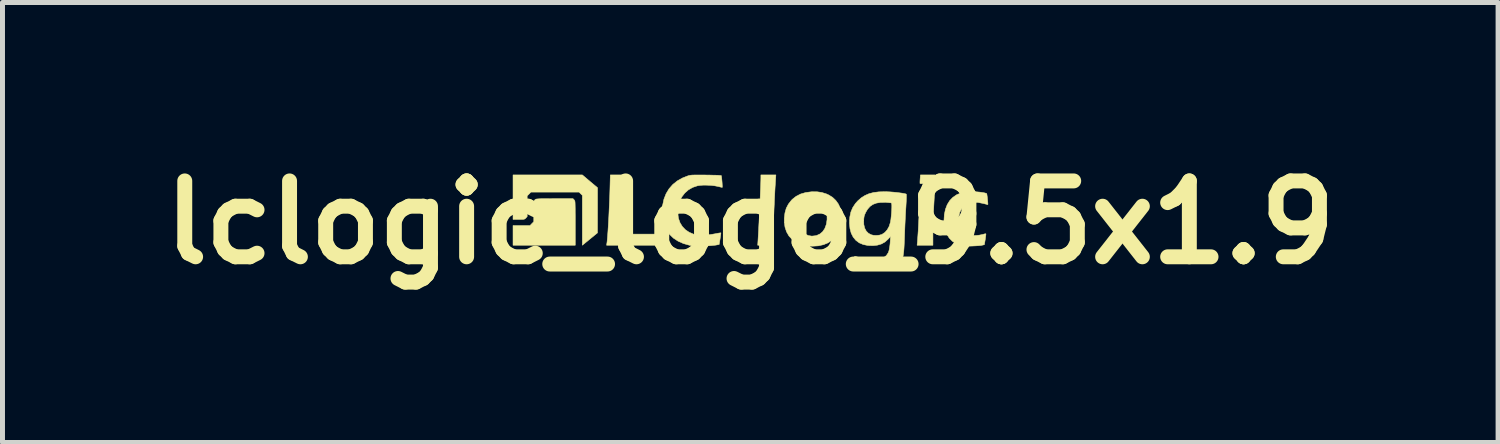
<source format=kicad_pcb>
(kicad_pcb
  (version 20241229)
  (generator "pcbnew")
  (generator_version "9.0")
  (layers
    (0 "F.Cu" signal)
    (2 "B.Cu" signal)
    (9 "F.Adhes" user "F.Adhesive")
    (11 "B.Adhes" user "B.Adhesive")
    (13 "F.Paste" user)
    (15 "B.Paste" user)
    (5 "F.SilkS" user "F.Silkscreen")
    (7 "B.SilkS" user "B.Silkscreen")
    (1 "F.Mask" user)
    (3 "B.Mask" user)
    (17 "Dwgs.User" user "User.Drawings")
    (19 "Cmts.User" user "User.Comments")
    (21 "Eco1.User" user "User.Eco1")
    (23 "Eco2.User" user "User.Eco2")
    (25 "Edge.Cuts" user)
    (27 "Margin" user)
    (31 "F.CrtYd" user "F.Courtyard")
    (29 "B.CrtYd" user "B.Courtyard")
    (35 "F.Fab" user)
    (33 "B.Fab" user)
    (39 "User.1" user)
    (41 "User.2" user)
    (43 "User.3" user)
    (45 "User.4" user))
  (footprint "lclogic_logo_9.5x1.9"
    (layer "F.Cu")
    (at 12.018 1.418)
    (property "Reference" "lclogic_logo_9.5x1.9" (at 0 0 0) (layer "F.SilkS") (effects (font (size 1.524 1.524) (thickness 0.3))))
    (attr through_hole)
    (fp_poly (pts (xy 3.706 -0.868) (xy 3.703 -0.781) (xy 3.558 -0.779) (xy 3.505 -0.779) (xy 3.461 -0.779) (xy 3.428 -0.78) (xy 3.411 -0.782) (xy 3.409 -0.783) (xy 3.408 -0.795) (xy 3.408 -0.822) (xy 3.41 -0.859) (xy 3.411 -0.871) (xy 3.417 -0.955) (xy 3.709 -0.955) (xy 3.706 -0.868)) (stroke (width 0.01) (type solid)) (fill yes) (layer "F.SilkS"))
    (fp_poly (pts (xy -3.221 -0.826) (xy -3.068 -0.698) (xy -3.068 -0.245) (xy -3.069 0.208) (xy -3.221 0.333) (xy -3.373 0.457) (xy -3.373 -0.545) (xy -3.44 -0.61) (xy -4.405 -0.61) (xy -4.443 -0.571) (xy -4.481 -0.533) (xy -4.481 -0.118) (xy -4.508 -0.089) (xy -4.52 -0.077) (xy -4.533 -0.069) (xy -4.55 -0.064) (xy -4.575 -0.062) (xy -4.613 -0.061) (xy -4.65 -0.061) (xy -4.765 -0.061) (xy -4.765 -0.955) (xy -3.373 -0.955) (xy -3.221 -0.826)) (stroke (width 0.01) (type solid)) (fill yes) (layer "F.SilkS"))
    (fp_poly (pts (xy 3.694 -0.49) (xy 3.684 -0.305) (xy 3.676 -0.136) (xy 3.671 0.021) (xy 3.668 0.169) (xy 3.668 0.226) (xy 3.668 0.457) (xy 3.35 0.457) (xy 3.357 0.389) (xy 3.361 0.333) (xy 3.366 0.261) (xy 3.372 0.176) (xy 3.377 0.081) (xy 3.382 -0.021) (xy 3.388 -0.125) (xy 3.392 -0.227) (xy 3.396 -0.326) (xy 3.4 -0.416) (xy 3.402 -0.495) (xy 3.403 -0.559) (xy 3.404 -0.582) (xy 3.405 -0.589) (xy 3.412 -0.593) (xy 3.428 -0.597) (xy 3.454 -0.598) (xy 3.495 -0.599) (xy 3.552 -0.599) (xy 3.701 -0.599) (xy 3.694 -0.49)) (stroke (width 0.01) (type solid)) (fill yes) (layer "F.SilkS"))
    (fp_poly (pts (xy 0.502 -0.765) (xy 0.498 -0.709) (xy 0.494 -0.636) (xy 0.49 -0.551) (xy 0.485 -0.458) (xy 0.481 -0.36) (xy 0.476 -0.261) (xy 0.473 -0.188) (xy 0.469 -0.095) (xy 0.466 -0.003) (xy 0.462 0.086) (xy 0.458 0.166) (xy 0.455 0.236) (xy 0.453 0.292) (xy 0.451 0.328) (xy 0.445 0.457) (xy 0.149 0.457) (xy 0.156 0.348) (xy 0.161 0.259) (xy 0.167 0.161) (xy 0.172 0.055) (xy 0.178 -0.057) (xy 0.183 -0.171) (xy 0.189 -0.285) (xy 0.194 -0.398) (xy 0.199 -0.506) (xy 0.203 -0.608) (xy 0.207 -0.701) (xy 0.21 -0.782) (xy 0.212 -0.849) (xy 0.213 -0.9) (xy 0.213 -0.926) (xy 0.213 -0.955) (xy 0.514 -0.955) (xy 0.502 -0.765)) (stroke (width 0.01) (type solid)) (fill yes) (layer "F.SilkS"))
    (fp_poly (pts (xy -2.493 -0.841) (xy -2.498 -0.756) (xy -2.503 -0.663) (xy -2.508 -0.565) (xy -2.513 -0.464) (xy -2.518 -0.363) (xy -2.523 -0.264) (xy -2.528 -0.17) (xy -2.532 -0.084) (xy -2.535 -0.007) (xy -2.537 0.058) (xy -2.539 0.108) (xy -2.54 0.141) (xy -2.54 0.145) (xy -2.54 0.234) (xy -1.881 0.234) (xy -1.886 0.292) (xy -1.89 0.337) (xy -1.894 0.384) (xy -1.896 0.404) (xy -1.901 0.457) (xy -2.886 0.457) (xy -2.881 0.424) (xy -2.876 0.389) (xy -2.871 0.335) (xy -2.865 0.266) (xy -2.859 0.184) (xy -2.853 0.091) (xy -2.847 -0.009) (xy -2.841 -0.116) (xy -2.836 -0.226) (xy -2.831 -0.337) (xy -2.826 -0.446) (xy -2.822 -0.551) (xy -2.819 -0.65) (xy -2.818 -0.683) (xy -2.811 -0.955) (xy -2.486 -0.955) (xy -2.493 -0.841)) (stroke (width 0.01) (type solid)) (fill yes) (layer "F.SilkS"))
    (fp_poly (pts (xy -3.537 -0.454) (xy -3.532 -0.448) (xy -3.528 -0.441) (xy -3.524 -0.432) (xy -3.521 -0.417) (xy -3.519 -0.396) (xy -3.518 -0.367) (xy -3.517 -0.328) (xy -3.516 -0.276) (xy -3.516 -0.211) (xy -3.515 -0.13) (xy -3.515 -0.031) (xy -3.515 0.013) (xy -3.515 0.457) (xy -4.765 0.457) (xy -4.765 0.061) (xy -4.424 0.061) (xy -4.386 0.022) (xy -4.348 -0.016) (xy -4.348 -0.225) (xy -4.348 -0.295) (xy -4.348 -0.348) (xy -4.347 -0.386) (xy -4.345 -0.412) (xy -4.342 -0.43) (xy -4.337 -0.441) (xy -4.331 -0.45) (xy -4.325 -0.455) (xy -4.318 -0.461) (xy -4.311 -0.466) (xy -4.3 -0.47) (xy -4.284 -0.472) (xy -4.261 -0.474) (xy -4.229 -0.476) (xy -4.186 -0.477) (xy -4.129 -0.477) (xy -4.056 -0.477) (xy -3.966 -0.478) (xy -3.93 -0.478) (xy -3.56 -0.478) (xy -3.537 -0.454)) (stroke (width 0.01) (type solid)) (fill yes) (layer "F.SilkS"))
    (fp_poly (pts (xy 4.507 -0.618) (xy 4.56 -0.614) (xy 4.613 -0.609) (xy 4.663 -0.602) (xy 4.706 -0.594) (xy 4.735 -0.586) (xy 4.748 -0.58) (xy 4.751 -0.568) (xy 4.755 -0.542) (xy 4.76 -0.506) (xy 4.764 -0.465) (xy 4.768 -0.425) (xy 4.771 -0.39) (xy 4.772 -0.367) (xy 4.771 -0.359) (xy 4.762 -0.361) (xy 4.737 -0.367) (xy 4.701 -0.376) (xy 4.679 -0.382) (xy 4.576 -0.402) (xy 4.485 -0.406) (xy 4.406 -0.393) (xy 4.337 -0.365) (xy 4.29 -0.33) (xy 4.242 -0.274) (xy 4.207 -0.204) (xy 4.187 -0.124) (xy 4.182 -0.037) (xy 4.187 0.018) (xy 4.204 0.093) (xy 4.233 0.153) (xy 4.274 0.199) (xy 4.331 0.234) (xy 4.371 0.25) (xy 4.416 0.259) (xy 4.473 0.262) (xy 4.537 0.261) (xy 4.601 0.254) (xy 4.659 0.242) (xy 4.672 0.239) (xy 4.703 0.23) (xy 4.724 0.227) (xy 4.731 0.227) (xy 4.732 0.239) (xy 4.729 0.266) (xy 4.724 0.304) (xy 4.719 0.339) (xy 4.701 0.446) (xy 4.654 0.457) (xy 4.628 0.462) (xy 4.585 0.466) (xy 4.533 0.469) (xy 4.475 0.472) (xy 4.45 0.473) (xy 4.384 0.475) (xy 4.333 0.474) (xy 4.294 0.472) (xy 4.261 0.468) (xy 4.23 0.461) (xy 4.227 0.46) (xy 4.136 0.426) (xy 4.058 0.377) (xy 3.996 0.314) (xy 3.947 0.237) (xy 3.913 0.146) (xy 3.894 0.043) (xy 3.89 -0.041) (xy 3.897 -0.158) (xy 3.919 -0.264) (xy 3.955 -0.358) (xy 4.005 -0.439) (xy 4.069 -0.505) (xy 4.145 -0.557) (xy 4.233 -0.593) (xy 4.283 -0.605) (xy 4.33 -0.612) (xy 4.387 -0.617) (xy 4.444 -0.62) (xy 4.46 -0.62) (xy 4.507 -0.618)) (stroke (width 0.01) (type solid)) (fill yes) (layer "F.SilkS"))
    (fp_poly (pts (xy 1.344 -0.616) (xy 1.438 -0.602) (xy 1.528 -0.574) (xy 1.572 -0.554) (xy 1.651 -0.506) (xy 1.717 -0.443) (xy 1.77 -0.369) (xy 1.808 -0.284) (xy 1.831 -0.191) (xy 1.838 -0.092) (xy 1.828 0.012) (xy 1.808 0.097) (xy 1.768 0.196) (xy 1.714 0.281) (xy 1.647 0.351) (xy 1.566 0.406) (xy 1.473 0.445) (xy 1.367 0.469) (xy 1.25 0.476) (xy 1.246 0.476) (xy 1.2 0.475) (xy 1.16 0.474) (xy 1.132 0.472) (xy 1.123 0.471) (xy 1.012 0.44) (xy 0.917 0.395) (xy 0.838 0.338) (xy 0.775 0.269) (xy 0.728 0.187) (xy 0.697 0.094) (xy 0.683 -0.011) (xy 0.683 -0.051) (xy 0.981 -0.051) (xy 0.981 0.001) (xy 0.983 0.038) (xy 0.986 0.065) (xy 0.993 0.089) (xy 1.005 0.114) (xy 1.011 0.127) (xy 1.052 0.189) (xy 1.105 0.234) (xy 1.167 0.263) (xy 1.236 0.274) (xy 1.311 0.266) (xy 1.335 0.26) (xy 1.4 0.23) (xy 1.454 0.184) (xy 1.496 0.122) (xy 1.525 0.044) (xy 1.53 0.023) (xy 1.542 -0.06) (xy 1.541 -0.14) (xy 1.528 -0.214) (xy 1.503 -0.278) (xy 1.468 -0.328) (xy 1.467 -0.329) (xy 1.432 -0.362) (xy 1.399 -0.383) (xy 1.362 -0.395) (xy 1.315 -0.4) (xy 1.275 -0.401) (xy 1.229 -0.401) (xy 1.196 -0.398) (xy 1.17 -0.391) (xy 1.144 -0.379) (xy 1.13 -0.372) (xy 1.077 -0.334) (xy 1.036 -0.286) (xy 1.004 -0.223) (xy 1.002 -0.22) (xy 0.992 -0.19) (xy 0.986 -0.158) (xy 0.982 -0.118) (xy 0.981 -0.064) (xy 0.981 -0.051) (xy 0.683 -0.051) (xy 0.683 -0.086) (xy 0.696 -0.192) (xy 0.722 -0.285) (xy 0.765 -0.368) (xy 0.824 -0.444) (xy 0.844 -0.465) (xy 0.92 -0.525) (xy 1.009 -0.571) (xy 1.111 -0.601) (xy 1.225 -0.616) (xy 1.24 -0.617) (xy 1.344 -0.616)) (stroke (width 0.01) (type solid)) (fill yes) (layer "F.SilkS"))
    (fp_poly (pts (xy -0.962 -0.954) (xy -0.891 -0.953) (xy -0.815 -0.952) (xy -0.745 -0.95) (xy -0.685 -0.949) (xy -0.636 -0.947) (xy -0.602 -0.944) (xy -0.584 -0.942) (xy -0.582 -0.942) (xy -0.58 -0.93) (xy -0.576 -0.903) (xy -0.572 -0.866) (xy -0.568 -0.823) (xy -0.565 -0.781) (xy -0.563 -0.744) (xy -0.562 -0.717) (xy -0.563 -0.704) (xy -0.572 -0.706) (xy -0.597 -0.711) (xy -0.632 -0.72) (xy -0.645 -0.723) (xy -0.711 -0.736) (xy -0.786 -0.745) (xy -0.865 -0.749) (xy -0.942 -0.75) (xy -1.01 -0.745) (xy -1.061 -0.737) (xy -1.156 -0.705) (xy -1.242 -0.656) (xy -1.315 -0.592) (xy -1.375 -0.514) (xy -1.42 -0.425) (xy -1.437 -0.37) (xy -1.446 -0.322) (xy -1.451 -0.262) (xy -1.452 -0.198) (xy -1.45 -0.137) (xy -1.443 -0.087) (xy -1.442 -0.082) (xy -1.412 0.004) (xy -1.365 0.081) (xy -1.303 0.146) (xy -1.228 0.197) (xy -1.14 0.234) (xy -1.122 0.239) (xy -1.056 0.25) (xy -0.976 0.255) (xy -0.887 0.252) (xy -0.794 0.242) (xy -0.717 0.229) (xy -0.67 0.22) (xy -0.631 0.213) (xy -0.603 0.209) (xy -0.591 0.208) (xy -0.591 0.208) (xy -0.591 0.219) (xy -0.594 0.246) (xy -0.6 0.284) (xy -0.606 0.327) (xy -0.625 0.442) (xy -0.696 0.455) (xy -0.73 0.459) (xy -0.78 0.464) (xy -0.839 0.468) (xy -0.904 0.471) (xy -0.95 0.473) (xy -1.021 0.474) (xy -1.076 0.474) (xy -1.12 0.473) (xy -1.157 0.469) (xy -1.191 0.464) (xy -1.219 0.458) (xy -1.343 0.423) (xy -1.452 0.374) (xy -1.545 0.313) (xy -1.621 0.239) (xy -1.682 0.152) (xy -1.727 0.053) (xy -1.756 -0.058) (xy -1.768 -0.182) (xy -1.769 -0.218) (xy -1.76 -0.349) (xy -1.734 -0.469) (xy -1.691 -0.578) (xy -1.632 -0.676) (xy -1.557 -0.762) (xy -1.466 -0.835) (xy -1.361 -0.894) (xy -1.259 -0.934) (xy -1.238 -0.941) (xy -1.218 -0.945) (xy -1.197 -0.949) (xy -1.17 -0.952) (xy -1.136 -0.953) (xy -1.092 -0.954) (xy -1.035 -0.954) (xy -0.962 -0.954)) (stroke (width 0.01) (type solid)) (fill yes) (layer "F.SilkS"))
    (fp_poly (pts (xy 2.748 -0.617) (xy 2.81 -0.614) (xy 2.875 -0.609) (xy 2.939 -0.603) (xy 3 -0.595) (xy 3.053 -0.588) (xy 3.096 -0.58) (xy 3.124 -0.573) (xy 3.133 -0.568) (xy 3.135 -0.556) (xy 3.135 -0.526) (xy 3.134 -0.481) (xy 3.132 -0.424) (xy 3.128 -0.356) (xy 3.126 -0.318) (xy 3.121 -0.241) (xy 3.116 -0.15) (xy 3.111 -0.049) (xy 3.106 0.054) (xy 3.102 0.155) (xy 3.099 0.239) (xy 3.095 0.348) (xy 3.091 0.44) (xy 3.087 0.515) (xy 3.082 0.577) (xy 3.076 0.626) (xy 3.07 0.666) (xy 3.062 0.699) (xy 3.053 0.726) (xy 3.048 0.738) (xy 3.009 0.803) (xy 2.952 0.857) (xy 2.88 0.9) (xy 2.791 0.932) (xy 2.756 0.94) (xy 2.712 0.946) (xy 2.654 0.951) (xy 2.586 0.953) (xy 2.513 0.953) (xy 2.442 0.951) (xy 2.378 0.947) (xy 2.357 0.945) (xy 2.315 0.939) (xy 2.263 0.931) (xy 2.21 0.921) (xy 2.198 0.919) (xy 2.106 0.901) (xy 2.099 0.834) (xy 2.095 0.784) (xy 2.093 0.74) (xy 2.093 0.705) (xy 2.095 0.685) (xy 2.098 0.681) (xy 2.109 0.683) (xy 2.136 0.69) (xy 2.173 0.699) (xy 2.199 0.706) (xy 2.325 0.733) (xy 2.436 0.747) (xy 2.532 0.748) (xy 2.614 0.734) (xy 2.68 0.706) (xy 2.732 0.665) (xy 2.769 0.61) (xy 2.783 0.574) (xy 2.792 0.537) (xy 2.8 0.488) (xy 2.807 0.433) (xy 2.81 0.396) (xy 2.817 0.28) (xy 2.766 0.336) (xy 2.704 0.392) (xy 2.634 0.431) (xy 2.554 0.455) (xy 2.468 0.465) (xy 2.363 0.462) (xy 2.269 0.443) (xy 2.188 0.409) (xy 2.121 0.359) (xy 2.067 0.294) (xy 2.027 0.216) (xy 2.002 0.123) (xy 1.992 0.017) (xy 1.992 0.000405) (xy 1.994 -0.047) (xy 2.278 -0.047) (xy 2.28 0.04) (xy 2.297 0.113) (xy 2.329 0.173) (xy 2.374 0.218) (xy 2.43 0.247) (xy 2.478 0.258) (xy 2.536 0.26) (xy 2.594 0.254) (xy 2.642 0.24) (xy 2.646 0.238) (xy 2.703 0.2) (xy 2.751 0.146) (xy 2.789 0.077) (xy 2.814 -0.004) (xy 2.823 -0.056) (xy 2.83 -0.12) (xy 2.836 -0.185) (xy 2.84 -0.246) (xy 2.842 -0.3) (xy 2.842 -0.345) (xy 2.84 -0.376) (xy 2.835 -0.391) (xy 2.835 -0.391) (xy 2.82 -0.395) (xy 2.79 -0.398) (xy 2.749 -0.402) (xy 2.718 -0.404) (xy 2.619 -0.403) (xy 2.535 -0.39) (xy 2.463 -0.363) (xy 2.404 -0.322) (xy 2.355 -0.266) (xy 2.32 -0.207) (xy 2.3 -0.163) (xy 2.287 -0.125) (xy 2.281 -0.086) (xy 2.278 -0.047) (xy 1.994 -0.047) (xy 1.999 -0.111) (xy 2.02 -0.21) (xy 2.057 -0.298) (xy 2.11 -0.379) (xy 2.159 -0.434) (xy 2.228 -0.495) (xy 2.303 -0.542) (xy 2.385 -0.578) (xy 2.478 -0.602) (xy 2.583 -0.615) (xy 2.703 -0.618) (xy 2.748 -0.617)) (stroke (width 0.01) (type solid)) (fill yes) (layer "F.SilkS")))
  (gr_rect
    (start -3 -3)
    (end 27.036 5.836)
    (stroke (width 0.1) (type default))
    (fill no)
    (layer "Edge.Cuts")))
</source>
